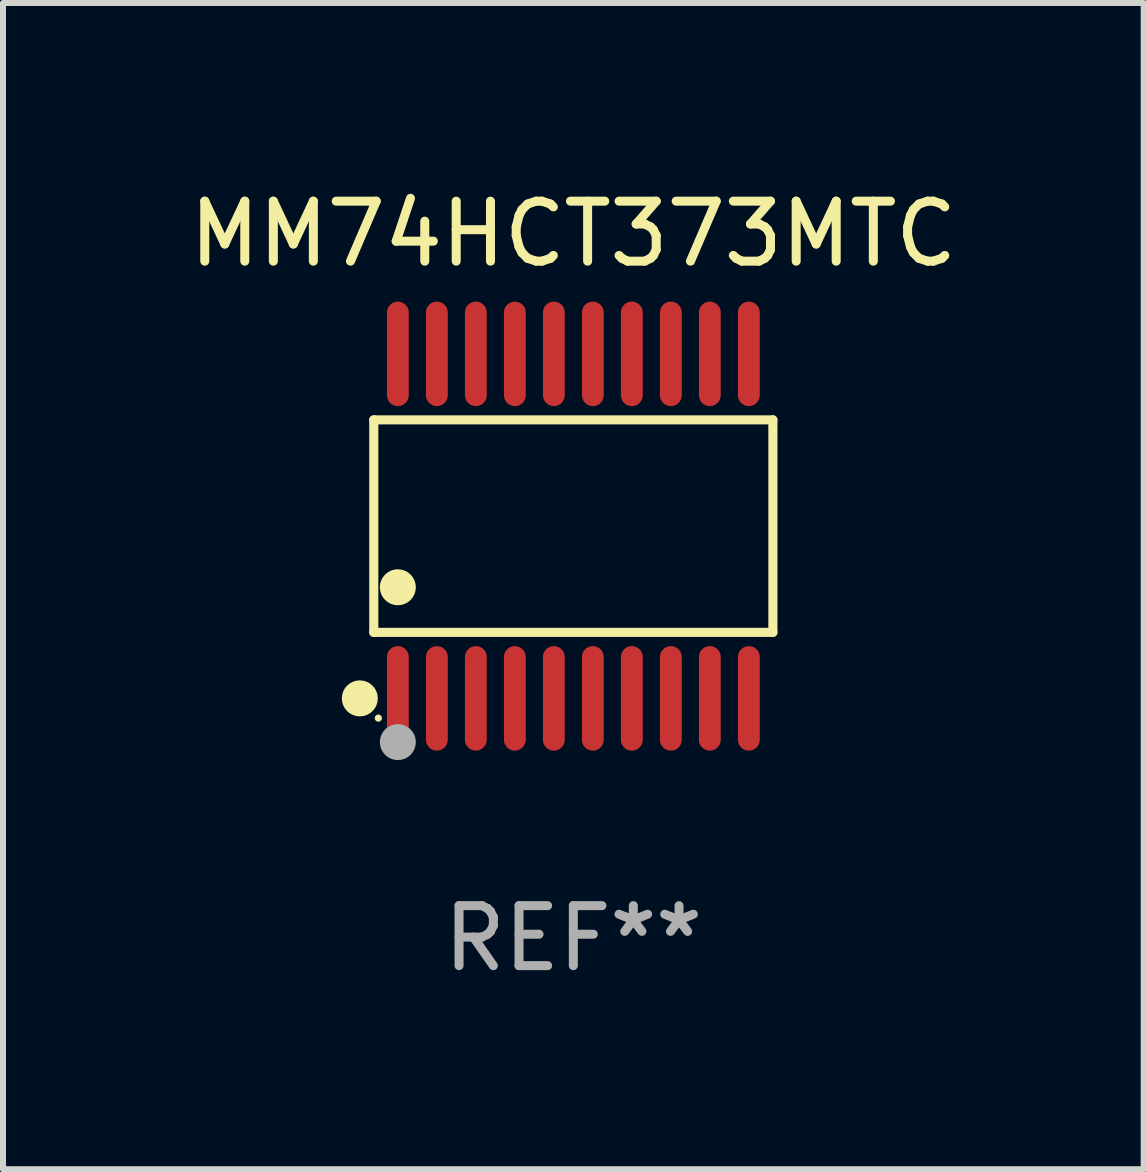
<source format=kicad_pcb>
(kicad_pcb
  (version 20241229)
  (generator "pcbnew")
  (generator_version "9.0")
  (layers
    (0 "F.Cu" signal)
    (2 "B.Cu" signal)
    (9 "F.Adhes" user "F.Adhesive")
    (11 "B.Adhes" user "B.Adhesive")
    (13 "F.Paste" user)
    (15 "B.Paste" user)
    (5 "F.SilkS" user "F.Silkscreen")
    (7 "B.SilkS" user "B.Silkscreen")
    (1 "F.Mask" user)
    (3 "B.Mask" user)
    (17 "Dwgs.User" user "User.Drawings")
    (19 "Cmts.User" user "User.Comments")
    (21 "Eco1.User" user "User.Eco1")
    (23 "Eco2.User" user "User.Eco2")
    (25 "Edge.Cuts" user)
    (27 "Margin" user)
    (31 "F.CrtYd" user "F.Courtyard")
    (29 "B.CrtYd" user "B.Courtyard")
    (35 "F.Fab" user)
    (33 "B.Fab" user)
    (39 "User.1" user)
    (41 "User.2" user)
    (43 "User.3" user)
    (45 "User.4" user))
  (footprint "MM74HCT373MTC"
    (layer "F.Cu")
    (at 6.506 5.719)
    (property "Reference" "MM74HCT373MTC" (at 0 -4.871 0) (layer "F.SilkS") (effects (font (size 1 1) (thickness 0.15))))
    (attr through_hole)
    (fp_line (start -3.326 -1.771) (end 3.326 -1.771) (stroke (width 0.152) (type solid)) (layer "F.SilkS"))
    (fp_line (start -3.326 1.771) (end -3.326 -1.771) (stroke (width 0.152) (type solid)) (layer "F.SilkS"))
    (fp_line (start 3.326 -1.771) (end 3.326 1.771) (stroke (width 0.152) (type solid)) (layer "F.SilkS"))
    (fp_line (start 3.326 1.771) (end -3.326 1.771) (stroke (width 0.152) (type solid)) (layer "F.SilkS"))
    (fp_circle (center -3.559 2.871) (end -3.409 2.871) (stroke (width 0.3) (type solid)) (fill no) (layer "F.SilkS"))
    (fp_circle (center -3.25 3.2) (end -3.22 3.2) (stroke (width 0.06) (type solid)) (fill no) (layer "F.SilkS"))
    (fp_circle (center -2.925 1.019) (end -2.775 1.019) (stroke (width 0.3) (type solid)) (fill no) (layer "F.SilkS"))
    (fp_circle (center -2.925 3.6) (end -2.775 3.6) (stroke (width 0.3) (type solid)) (fill no) (layer "F.Fab"))
    (fp_text user "REF**" (at 0 6.871 0) (layer "F.Fab") (effects (font (size 1 1) (thickness 0.15))))
    (pad "1" smd oval (at -2.925 2.871) (size 0.364 1.742) (layers "F.Cu" "F.Mask" "F.Paste"))
    (pad "2" smd oval (at -2.275 2.871) (size 0.364 1.742) (layers "F.Cu" "F.Mask" "F.Paste"))
    (pad "3" smd oval (at -1.625 2.871) (size 0.364 1.742) (layers "F.Cu" "F.Mask" "F.Paste"))
    (pad "4" smd oval (at -0.975 2.871) (size 0.364 1.742) (layers "F.Cu" "F.Mask" "F.Paste"))
    (pad "5" smd oval (at -0.325 2.871) (size 0.364 1.742) (layers "F.Cu" "F.Mask" "F.Paste"))
    (pad "6" smd oval (at 0.325 2.871) (size 0.364 1.742) (layers "F.Cu" "F.Mask" "F.Paste"))
    (pad "7" smd oval (at 0.975 2.871) (size 0.364 1.742) (layers "F.Cu" "F.Mask" "F.Paste"))
    (pad "8" smd oval (at 1.625 2.871) (size 0.364 1.742) (layers "F.Cu" "F.Mask" "F.Paste"))
    (pad "9" smd oval (at 2.275 2.871) (size 0.364 1.742) (layers "F.Cu" "F.Mask" "F.Paste"))
    (pad "10" smd oval (at 2.925 2.871) (size 0.364 1.742) (layers "F.Cu" "F.Mask" "F.Paste"))
    (pad "11" smd oval (at 2.925 -2.871) (size 0.364 1.742) (layers "F.Cu" "F.Mask" "F.Paste"))
    (pad "12" smd oval (at 2.275 -2.871) (size 0.364 1.742) (layers "F.Cu" "F.Mask" "F.Paste"))
    (pad "13" smd oval (at 1.625 -2.871) (size 0.364 1.742) (layers "F.Cu" "F.Mask" "F.Paste"))
    (pad "14" smd oval (at 0.975 -2.871) (size 0.364 1.742) (layers "F.Cu" "F.Mask" "F.Paste"))
    (pad "15" smd oval (at 0.325 -2.871) (size 0.364 1.742) (layers "F.Cu" "F.Mask" "F.Paste"))
    (pad "16" smd oval (at -0.325 -2.871) (size 0.364 1.742) (layers "F.Cu" "F.Mask" "F.Paste"))
    (pad "17" smd oval (at -0.975 -2.871) (size 0.364 1.742) (layers "F.Cu" "F.Mask" "F.Paste"))
    (pad "18" smd oval (at -1.625 -2.871) (size 0.364 1.742) (layers "F.Cu" "F.Mask" "F.Paste"))
    (pad "19" smd oval (at -2.275 -2.871) (size 0.364 1.742) (layers "F.Cu" "F.Mask" "F.Paste"))
    (pad "20" smd oval (at -2.925 -2.871) (size 0.364 1.742) (layers "F.Cu" "F.Mask" "F.Paste")))
  (gr_rect
    (start -3 -3)
    (end 16.012 16.438)
    (stroke (width 0.1) (type default))
    (fill no)
    (layer "Edge.Cuts")))
</source>
